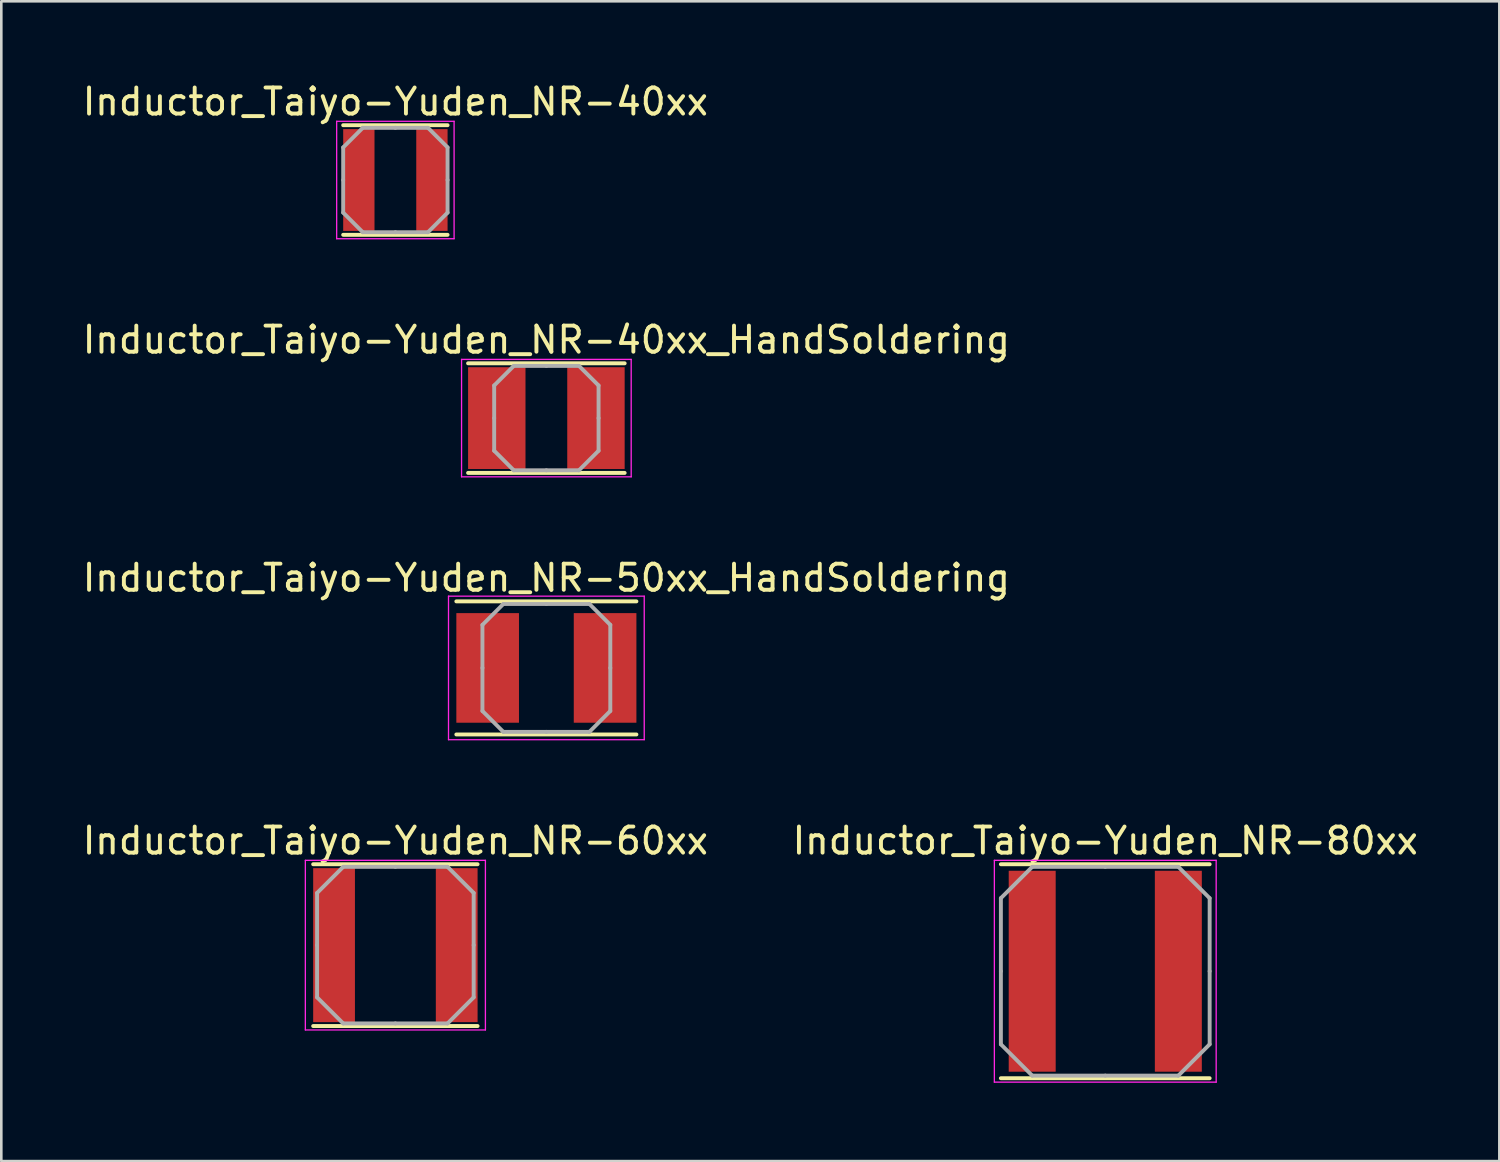
<source format=kicad_pcb>
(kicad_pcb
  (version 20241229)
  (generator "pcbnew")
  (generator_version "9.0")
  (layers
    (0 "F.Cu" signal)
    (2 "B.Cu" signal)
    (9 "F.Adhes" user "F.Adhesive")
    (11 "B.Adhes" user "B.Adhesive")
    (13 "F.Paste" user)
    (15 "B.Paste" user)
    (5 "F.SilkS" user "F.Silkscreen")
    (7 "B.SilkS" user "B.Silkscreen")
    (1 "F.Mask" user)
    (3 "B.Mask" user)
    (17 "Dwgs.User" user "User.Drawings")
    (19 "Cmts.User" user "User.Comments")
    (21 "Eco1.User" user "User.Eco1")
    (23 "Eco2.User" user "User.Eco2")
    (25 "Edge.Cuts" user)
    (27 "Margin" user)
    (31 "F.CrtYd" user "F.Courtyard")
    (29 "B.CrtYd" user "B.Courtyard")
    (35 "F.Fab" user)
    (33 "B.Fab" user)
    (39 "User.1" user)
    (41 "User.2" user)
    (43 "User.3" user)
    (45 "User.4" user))
  (footprint "Inductor_Taiyo-Yuden_NR-40xx_HandSoldering"
    (layer "F.Cu")
    (at 17.887 12.972)
    (property "Reference" "Inductor_Taiyo-Yuden_NR-40xx_HandSoldering" (at 0 -3 0) (layer "F.SilkS") (effects (font (size 1 1) (thickness 0.15))))
    (attr smd)
    (fp_line (start -3 -2.1) (end 3 -2.1) (stroke (width 0.15) (type solid)) (layer "F.SilkS"))
    (fp_line (start -3 2.1) (end 3 2.1) (stroke (width 0.15) (type solid)) (layer "F.SilkS"))
    (fp_line (start -3.25 -2.25) (end -3.25 2.25) (stroke (width 0.05) (type solid)) (layer "F.CrtYd"))
    (fp_line (start -3.25 2.25) (end 3.25 2.25) (stroke (width 0.05) (type solid)) (layer "F.CrtYd"))
    (fp_line (start 3.25 -2.25) (end -3.25 -2.25) (stroke (width 0.05) (type solid)) (layer "F.CrtYd"))
    (fp_line (start 3.25 2.25) (end 3.25 -2.25) (stroke (width 0.05) (type solid)) (layer "F.CrtYd"))
    (fp_line (start -2 -1.25) (end -1.25 -2) (stroke (width 0.15) (type solid)) (layer "F.Fab"))
    (fp_line (start -2 0) (end -2 -1.25) (stroke (width 0.15) (type solid)) (layer "F.Fab"))
    (fp_line (start -2 0) (end -2 1.25) (stroke (width 0.15) (type solid)) (layer "F.Fab"))
    (fp_line (start -2 1.25) (end -1.25 2) (stroke (width 0.15) (type solid)) (layer "F.Fab"))
    (fp_line (start -1.25 -2) (end 0 -2) (stroke (width 0.15) (type solid)) (layer "F.Fab"))
    (fp_line (start -1.25 2) (end 0 2) (stroke (width 0.15) (type solid)) (layer "F.Fab"))
    (fp_line (start 1.25 -2) (end 0 -2) (stroke (width 0.15) (type solid)) (layer "F.Fab"))
    (fp_line (start 1.25 2) (end 0 2) (stroke (width 0.15) (type solid)) (layer "F.Fab"))
    (fp_line (start 2 -1.25) (end 1.25 -2) (stroke (width 0.15) (type solid)) (layer "F.Fab"))
    (fp_line (start 2 0) (end 2 -1.25) (stroke (width 0.15) (type solid)) (layer "F.Fab"))
    (fp_line (start 2 0) (end 2 1.25) (stroke (width 0.15) (type solid)) (layer "F.Fab"))
    (fp_line (start 2 1.25) (end 1.25 2) (stroke (width 0.15) (type solid)) (layer "F.Fab"))
    (pad "1" smd rect (at -1.9 0) (size 2.2 3.9) (layers "F.Cu" "F.Mask" "F.Paste"))
    (pad "2" smd rect (at 1.9 0) (size 2.2 3.9) (layers "F.Cu" "F.Mask" "F.Paste")))
  (footprint "Inductor_Taiyo-Yuden_NR-40xx"
    (layer "F.Cu")
    (at 12.101 3.848)
    (property "Reference" "Inductor_Taiyo-Yuden_NR-40xx" (at 0 -3 0) (layer "F.SilkS") (effects (font (size 1 1) (thickness 0.15))))
    (attr smd)
    (fp_line (start -2 -2.1) (end 2 -2.1) (stroke (width 0.15) (type solid)) (layer "F.SilkS"))
    (fp_line (start -2 2.1) (end 2 2.1) (stroke (width 0.15) (type solid)) (layer "F.SilkS"))
    (fp_line (start -2.25 -2.25) (end -2.25 2.25) (stroke (width 0.05) (type solid)) (layer "F.CrtYd"))
    (fp_line (start -2.25 2.25) (end 2.25 2.25) (stroke (width 0.05) (type solid)) (layer "F.CrtYd"))
    (fp_line (start 2.25 -2.25) (end -2.25 -2.25) (stroke (width 0.05) (type solid)) (layer "F.CrtYd"))
    (fp_line (start 2.25 2.25) (end 2.25 -2.25) (stroke (width 0.05) (type solid)) (layer "F.CrtYd"))
    (fp_line (start -2 -1.25) (end -1.25 -2) (stroke (width 0.15) (type solid)) (layer "F.Fab"))
    (fp_line (start -2 0) (end -2 -1.25) (stroke (width 0.15) (type solid)) (layer "F.Fab"))
    (fp_line (start -2 0) (end -2 1.25) (stroke (width 0.15) (type solid)) (layer "F.Fab"))
    (fp_line (start -2 1.25) (end -1.25 2) (stroke (width 0.15) (type solid)) (layer "F.Fab"))
    (fp_line (start -1.25 -2) (end 0 -2) (stroke (width 0.15) (type solid)) (layer "F.Fab"))
    (fp_line (start -1.25 2) (end 0 2) (stroke (width 0.15) (type solid)) (layer "F.Fab"))
    (fp_line (start 1.25 -2) (end 0 -2) (stroke (width 0.15) (type solid)) (layer "F.Fab"))
    (fp_line (start 1.25 2) (end 0 2) (stroke (width 0.15) (type solid)) (layer "F.Fab"))
    (fp_line (start 2 -1.25) (end 1.25 -2) (stroke (width 0.15) (type solid)) (layer "F.Fab"))
    (fp_line (start 2 0) (end 2 -1.25) (stroke (width 0.15) (type solid)) (layer "F.Fab"))
    (fp_line (start 2 0) (end 2 1.25) (stroke (width 0.15) (type solid)) (layer "F.Fab"))
    (fp_line (start 2 1.25) (end 1.25 2) (stroke (width 0.15) (type solid)) (layer "F.Fab"))
    (pad "1" smd rect (at -1.4 0) (size 1.2 3.9) (layers "F.Cu" "F.Mask" "F.Paste"))
    (pad "2" smd rect (at 1.4 0) (size 1.2 3.9) (layers "F.Cu" "F.Mask" "F.Paste")))
  (footprint "Inductor_Taiyo-Yuden_NR-50xx_HandSoldering"
    (layer "F.Cu")
    (at 17.887 22.545)
    (property "Reference" "Inductor_Taiyo-Yuden_NR-50xx_HandSoldering" (at 0 -3.45 0) (layer "F.SilkS") (effects (font (size 1 1) (thickness 0.15))))
    (attr smd)
    (fp_line (start -3.45 -2.55) (end 3.45 -2.55) (stroke (width 0.15) (type solid)) (layer "F.SilkS"))
    (fp_line (start -3.45 2.55) (end 3.45 2.55) (stroke (width 0.15) (type solid)) (layer "F.SilkS"))
    (fp_line (start -3.75 -2.75) (end -3.75 2.75) (stroke (width 0.05) (type solid)) (layer "F.CrtYd"))
    (fp_line (start -3.75 2.75) (end 3.75 2.75) (stroke (width 0.05) (type solid)) (layer "F.CrtYd"))
    (fp_line (start 3.75 -2.75) (end -3.75 -2.75) (stroke (width 0.05) (type solid)) (layer "F.CrtYd"))
    (fp_line (start 3.75 2.75) (end 3.75 -2.75) (stroke (width 0.05) (type solid)) (layer "F.CrtYd"))
    (fp_line (start -2.45 -1.65) (end -1.65 -2.45) (stroke (width 0.15) (type solid)) (layer "F.Fab"))
    (fp_line (start -2.45 0) (end -2.45 -1.65) (stroke (width 0.15) (type solid)) (layer "F.Fab"))
    (fp_line (start -2.45 0) (end -2.45 1.65) (stroke (width 0.15) (type solid)) (layer "F.Fab"))
    (fp_line (start -2.45 1.65) (end -1.65 2.45) (stroke (width 0.15) (type solid)) (layer "F.Fab"))
    (fp_line (start -1.65 -2.45) (end 0 -2.45) (stroke (width 0.15) (type solid)) (layer "F.Fab"))
    (fp_line (start -1.65 2.45) (end 0 2.45) (stroke (width 0.15) (type solid)) (layer "F.Fab"))
    (fp_line (start 1.65 -2.45) (end 0 -2.45) (stroke (width 0.15) (type solid)) (layer "F.Fab"))
    (fp_line (start 1.65 2.45) (end 0 2.45) (stroke (width 0.15) (type solid)) (layer "F.Fab"))
    (fp_line (start 2.45 -1.65) (end 1.65 -2.45) (stroke (width 0.15) (type solid)) (layer "F.Fab"))
    (fp_line (start 2.45 0) (end 2.45 -1.65) (stroke (width 0.15) (type solid)) (layer "F.Fab"))
    (fp_line (start 2.45 0) (end 2.45 1.65) (stroke (width 0.15) (type solid)) (layer "F.Fab"))
    (fp_line (start 2.45 1.65) (end 1.65 2.45) (stroke (width 0.15) (type solid)) (layer "F.Fab"))
    (pad "1" smd rect (at -2.25 0) (size 2.4 4.2) (layers "F.Cu" "F.Mask" "F.Paste"))
    (pad "2" smd rect (at 2.25 0) (size 2.4 4.2) (layers "F.Cu" "F.Mask" "F.Paste")))
  (footprint "Inductor_Taiyo-Yuden_NR-60xx"
    (layer "F.Cu")
    (at 12.101 33.168)
    (property "Reference" "Inductor_Taiyo-Yuden_NR-60xx" (at 0 -4 0) (layer "F.SilkS") (effects (font (size 1 1) (thickness 0.15))))
    (attr smd)
    (fp_line (start -3.15 -3.1) (end 3.15 -3.1) (stroke (width 0.15) (type solid)) (layer "F.SilkS"))
    (fp_line (start -3.15 3.1) (end 3.15 3.1) (stroke (width 0.15) (type solid)) (layer "F.SilkS"))
    (fp_line (start -3.45 -3.25) (end -3.45 3.25) (stroke (width 0.05) (type solid)) (layer "F.CrtYd"))
    (fp_line (start -3.45 3.25) (end 3.45 3.25) (stroke (width 0.05) (type solid)) (layer "F.CrtYd"))
    (fp_line (start 3.45 -3.25) (end -3.45 -3.25) (stroke (width 0.05) (type solid)) (layer "F.CrtYd"))
    (fp_line (start 3.45 3.25) (end 3.45 -3.25) (stroke (width 0.05) (type solid)) (layer "F.CrtYd"))
    (fp_line (start -3 -2) (end -2 -3) (stroke (width 0.15) (type solid)) (layer "F.Fab"))
    (fp_line (start -3 0) (end -3 -2) (stroke (width 0.15) (type solid)) (layer "F.Fab"))
    (fp_line (start -3 0) (end -3 2) (stroke (width 0.15) (type solid)) (layer "F.Fab"))
    (fp_line (start -3 2) (end -2 3) (stroke (width 0.15) (type solid)) (layer "F.Fab"))
    (fp_line (start -2 -3) (end 0 -3) (stroke (width 0.15) (type solid)) (layer "F.Fab"))
    (fp_line (start -2 3) (end 0 3) (stroke (width 0.15) (type solid)) (layer "F.Fab"))
    (fp_line (start 2 -3) (end 0 -3) (stroke (width 0.15) (type solid)) (layer "F.Fab"))
    (fp_line (start 2 3) (end 0 3) (stroke (width 0.15) (type solid)) (layer "F.Fab"))
    (fp_line (start 3 -2) (end 2 -3) (stroke (width 0.15) (type solid)) (layer "F.Fab"))
    (fp_line (start 3 0) (end 3 -2) (stroke (width 0.15) (type solid)) (layer "F.Fab"))
    (fp_line (start 3 0) (end 3 2) (stroke (width 0.15) (type solid)) (layer "F.Fab"))
    (fp_line (start 3 2) (end 2 3) (stroke (width 0.15) (type solid)) (layer "F.Fab"))
    (pad "1" smd rect (at -2.35 0) (size 1.6 5.9) (layers "F.Cu" "F.Mask" "F.Paste"))
    (pad "2" smd rect (at 2.35 0) (size 1.6 5.9) (layers "F.Cu" "F.Mask" "F.Paste")))
  (footprint "Inductor_Taiyo-Yuden_NR-80xx"
    (layer "F.Cu")
    (at 39.304 34.168)
    (property "Reference" "Inductor_Taiyo-Yuden_NR-80xx" (at 0 -5 0) (layer "F.SilkS") (effects (font (size 1 1) (thickness 0.15))))
    (attr smd)
    (fp_line (start -4 -4.1) (end 4 -4.1) (stroke (width 0.15) (type solid)) (layer "F.SilkS"))
    (fp_line (start -4 4.1) (end 4 4.1) (stroke (width 0.15) (type solid)) (layer "F.SilkS"))
    (fp_line (start -4.25 -4.25) (end -4.25 4.25) (stroke (width 0.05) (type solid)) (layer "F.CrtYd"))
    (fp_line (start -4.25 4.25) (end 4.25 4.25) (stroke (width 0.05) (type solid)) (layer "F.CrtYd"))
    (fp_line (start 4.25 -4.25) (end -4.25 -4.25) (stroke (width 0.05) (type solid)) (layer "F.CrtYd"))
    (fp_line (start 4.25 4.25) (end 4.25 -4.25) (stroke (width 0.05) (type solid)) (layer "F.CrtYd"))
    (fp_line (start -4 -2.8) (end -2.8 -4) (stroke (width 0.15) (type solid)) (layer "F.Fab"))
    (fp_line (start -4 0) (end -4 -2.8) (stroke (width 0.15) (type solid)) (layer "F.Fab"))
    (fp_line (start -4 0) (end -4 2.8) (stroke (width 0.15) (type solid)) (layer "F.Fab"))
    (fp_line (start -4 2.8) (end -2.8 4) (stroke (width 0.15) (type solid)) (layer "F.Fab"))
    (fp_line (start -2.8 -4) (end 0 -4) (stroke (width 0.15) (type solid)) (layer "F.Fab"))
    (fp_line (start -2.8 4) (end 0 4) (stroke (width 0.15) (type solid)) (layer "F.Fab"))
    (fp_line (start 2.8 -4) (end 0 -4) (stroke (width 0.15) (type solid)) (layer "F.Fab"))
    (fp_line (start 2.8 4) (end 0 4) (stroke (width 0.15) (type solid)) (layer "F.Fab"))
    (fp_line (start 4 -2.8) (end 2.8 -4) (stroke (width 0.15) (type solid)) (layer "F.Fab"))
    (fp_line (start 4 0) (end 4 -2.8) (stroke (width 0.15) (type solid)) (layer "F.Fab"))
    (fp_line (start 4 0) (end 4 2.8) (stroke (width 0.15) (type solid)) (layer "F.Fab"))
    (fp_line (start 4 2.8) (end 2.8 4) (stroke (width 0.15) (type solid)) (layer "F.Fab"))
    (pad "1" smd rect (at -2.8 0) (size 1.8 7.7) (layers "F.Cu" "F.Mask" "F.Paste"))
    (pad "2" smd rect (at 2.8 0) (size 1.8 7.7) (layers "F.Cu" "F.Mask" "F.Paste")))
  (gr_rect
    (start -3 -3)
    (end 54.405 41.443)
    (stroke (width 0.1) (type default))
    (fill no)
    (layer "Edge.Cuts")))
</source>
